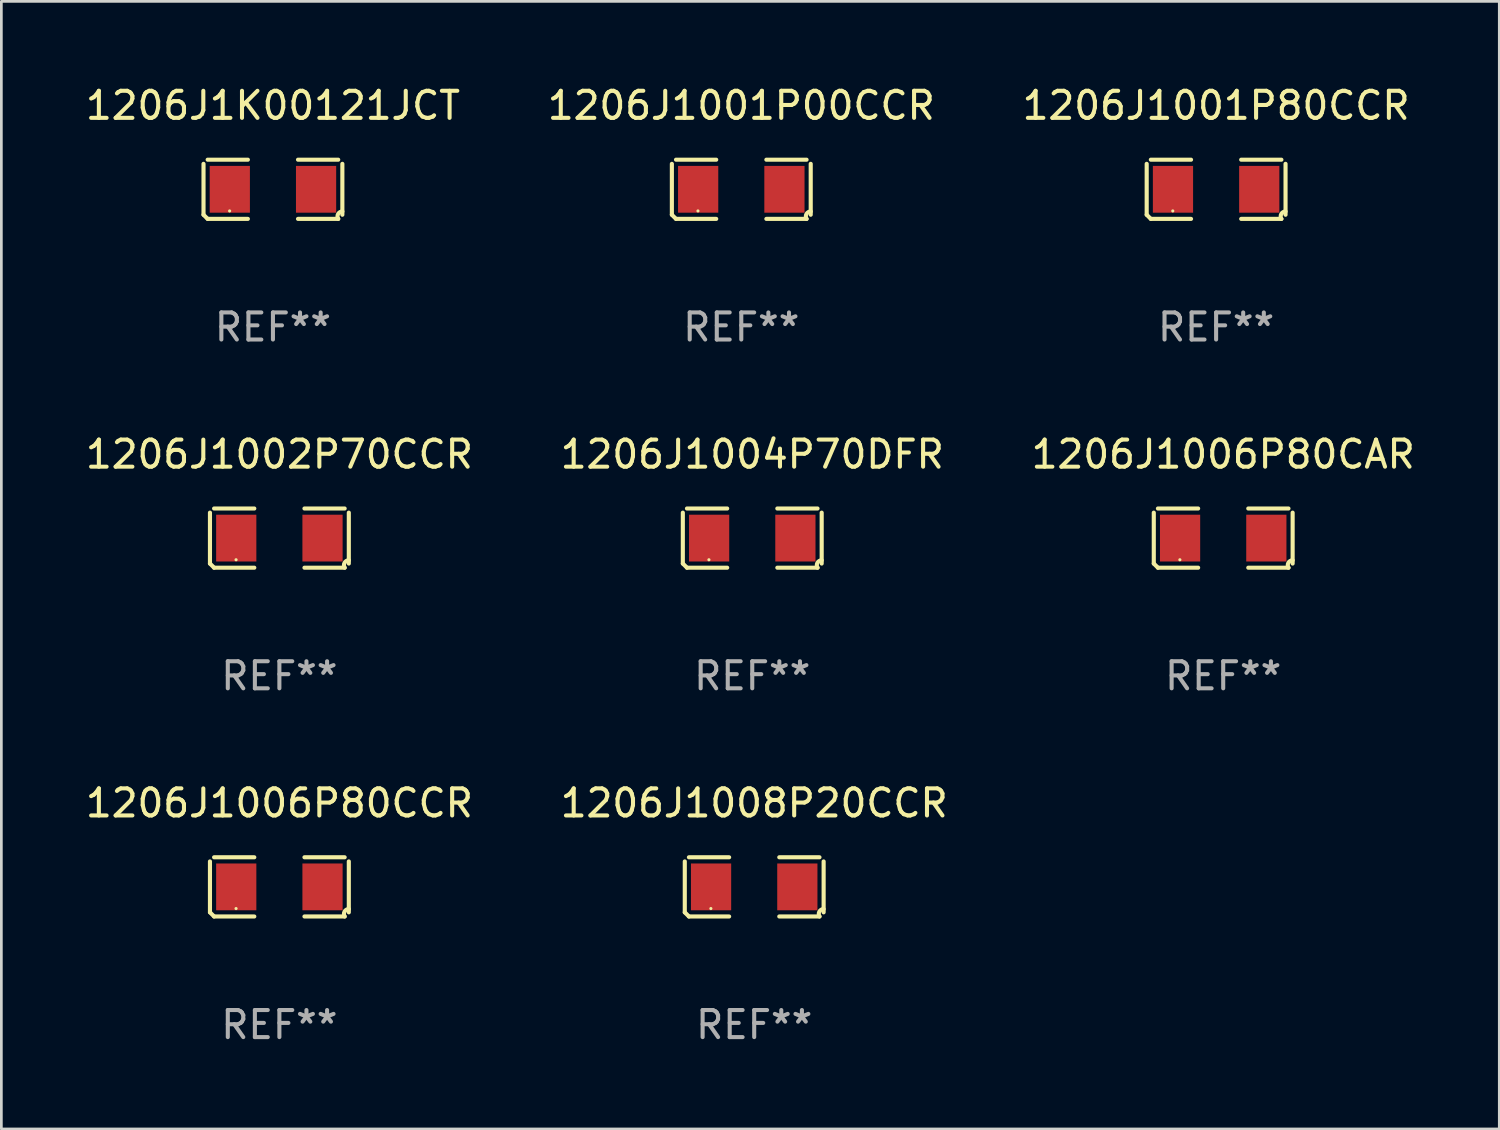
<source format=kicad_pcb>
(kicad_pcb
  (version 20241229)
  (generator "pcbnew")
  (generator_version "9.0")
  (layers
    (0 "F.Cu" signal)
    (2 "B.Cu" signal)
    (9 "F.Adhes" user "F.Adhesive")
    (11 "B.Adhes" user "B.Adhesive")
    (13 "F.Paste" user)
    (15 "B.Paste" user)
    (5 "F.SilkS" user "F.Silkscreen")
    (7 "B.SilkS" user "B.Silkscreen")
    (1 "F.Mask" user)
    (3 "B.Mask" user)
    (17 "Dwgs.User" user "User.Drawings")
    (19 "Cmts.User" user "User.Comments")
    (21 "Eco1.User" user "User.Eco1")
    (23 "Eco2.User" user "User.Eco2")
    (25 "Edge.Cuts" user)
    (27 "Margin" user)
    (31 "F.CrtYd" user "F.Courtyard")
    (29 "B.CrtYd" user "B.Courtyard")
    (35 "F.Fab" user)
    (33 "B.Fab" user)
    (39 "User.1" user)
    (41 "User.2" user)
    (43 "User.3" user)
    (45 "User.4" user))
  (footprint "1206J1008P20CCR"
    (layer "F.Cu")
    (at 24.804 29.704)
    (property "Reference" "1206J1008P20CCR" (at 0 -3.093 0) (layer "F.SilkS") (effects (font (size 1 1) (thickness 0.15))))
    (attr through_hole)
    (fp_line (start -2.564 0.94) (end -2.564 -0.94) (stroke (width 0.152) (type solid)) (layer "F.SilkS"))
    (fp_line (start -2.411 -1.093) (end -0.926 -1.093) (stroke (width 0.152) (type solid)) (layer "F.SilkS"))
    (fp_line (start -0.926 1.093) (end -2.411 1.093) (stroke (width 0.152) (type solid)) (layer "F.SilkS"))
    (fp_line (start 0.926 1.093) (end 2.411 1.093) (stroke (width 0.152) (type solid)) (layer "F.SilkS"))
    (fp_line (start 2.411 -1.093) (end 0.926 -1.093) (stroke (width 0.152) (type solid)) (layer "F.SilkS"))
    (fp_line (start 2.564 0.94) (end 2.564 -0.94) (stroke (width 0.152) (type solid)) (layer "F.SilkS"))
    (fp_arc (start -2.411201 1.092609) (mid -2.487413 1.01642) (end -2.563602 0.940208) (stroke (width 0.1524) (type solid)) (layer "F.SilkS"))
    (fp_arc (start 2.411201 1.092609) (mid 2.407159 0.911226) (end 2.563602 0.819347) (stroke (width 0.1524) (type solid)) (layer "F.SilkS"))
    (fp_circle (center -1.6 0.8) (end -1.57 0.8) (stroke (width 0.06) (type solid)) (fill no) (layer "F.SilkS"))
    (fp_text user "REF**" (at 0 5.093 0) (layer "F.Fab") (effects (font (size 1 1) (thickness 0.15))))
    (pad "1" smd rect (at -1.593 0) (size 1.485 1.728) (layers "F.Cu" "F.Mask" "F.Paste"))
    (pad "2" smd rect (at 1.593 0) (size 1.485 1.728) (layers "F.Cu" "F.Mask" "F.Paste")))
  (footprint "1206J1006P80CCR"
    (layer "F.Cu")
    (at 7.268 29.704)
    (property "Reference" "1206J1006P80CCR" (at 0 -3.093 0) (layer "F.SilkS") (effects (font (size 1 1) (thickness 0.15))))
    (attr through_hole)
    (fp_line (start -2.564 0.94) (end -2.564 -0.94) (stroke (width 0.152) (type solid)) (layer "F.SilkS"))
    (fp_line (start -2.411 -1.093) (end -0.926 -1.093) (stroke (width 0.152) (type solid)) (layer "F.SilkS"))
    (fp_line (start -0.926 1.093) (end -2.411 1.093) (stroke (width 0.152) (type solid)) (layer "F.SilkS"))
    (fp_line (start 0.926 1.093) (end 2.411 1.093) (stroke (width 0.152) (type solid)) (layer "F.SilkS"))
    (fp_line (start 2.411 -1.093) (end 0.926 -1.093) (stroke (width 0.152) (type solid)) (layer "F.SilkS"))
    (fp_line (start 2.564 0.94) (end 2.564 -0.94) (stroke (width 0.152) (type solid)) (layer "F.SilkS"))
    (fp_arc (start -2.411201 1.092609) (mid -2.487413 1.01642) (end -2.563602 0.940208) (stroke (width 0.1524) (type solid)) (layer "F.SilkS"))
    (fp_arc (start 2.411201 1.092609) (mid 2.407159 0.911226) (end 2.563602 0.819347) (stroke (width 0.1524) (type solid)) (layer "F.SilkS"))
    (fp_circle (center -1.6 0.8) (end -1.57 0.8) (stroke (width 0.06) (type solid)) (fill no) (layer "F.SilkS"))
    (fp_text user "REF**" (at 0 5.093 0) (layer "F.Fab") (effects (font (size 1 1) (thickness 0.15))))
    (pad "1" smd rect (at -1.593 0) (size 1.485 1.728) (layers "F.Cu" "F.Mask" "F.Paste"))
    (pad "2" smd rect (at 1.593 0) (size 1.485 1.728) (layers "F.Cu" "F.Mask" "F.Paste")))
  (footprint "1206J1004P70DFR"
    (layer "F.Cu")
    (at 24.732 16.823)
    (property "Reference" "1206J1004P70DFR" (at 0 -3.093 0) (layer "F.SilkS") (effects (font (size 1 1) (thickness 0.15))))
    (attr through_hole)
    (fp_line (start -2.564 0.94) (end -2.564 -0.94) (stroke (width 0.152) (type solid)) (layer "F.SilkS"))
    (fp_line (start -2.411 -1.093) (end -0.926 -1.093) (stroke (width 0.152) (type solid)) (layer "F.SilkS"))
    (fp_line (start -0.926 1.093) (end -2.411 1.093) (stroke (width 0.152) (type solid)) (layer "F.SilkS"))
    (fp_line (start 0.926 1.093) (end 2.411 1.093) (stroke (width 0.152) (type solid)) (layer "F.SilkS"))
    (fp_line (start 2.411 -1.093) (end 0.926 -1.093) (stroke (width 0.152) (type solid)) (layer "F.SilkS"))
    (fp_line (start 2.564 0.94) (end 2.564 -0.94) (stroke (width 0.152) (type solid)) (layer "F.SilkS"))
    (fp_arc (start -2.411201 1.092609) (mid -2.487413 1.01642) (end -2.563602 0.940208) (stroke (width 0.1524) (type solid)) (layer "F.SilkS"))
    (fp_arc (start 2.411201 1.092609) (mid 2.407159 0.911226) (end 2.563602 0.819347) (stroke (width 0.1524) (type solid)) (layer "F.SilkS"))
    (fp_circle (center -1.6 0.8) (end -1.57 0.8) (stroke (width 0.06) (type solid)) (fill no) (layer "F.SilkS"))
    (fp_text user "REF**" (at 0 5.093 0) (layer "F.Fab") (effects (font (size 1 1) (thickness 0.15))))
    (pad "1" smd rect (at -1.593 0) (size 1.485 1.728) (layers "F.Cu" "F.Mask" "F.Paste"))
    (pad "2" smd rect (at 1.593 0) (size 1.485 1.728) (layers "F.Cu" "F.Mask" "F.Paste")))
  (footprint "1206J1006P80CAR"
    (layer "F.Cu")
    (at 42.125 16.823)
    (property "Reference" "1206J1006P80CAR" (at 0 -3.093 0) (layer "F.SilkS") (effects (font (size 1 1) (thickness 0.15))))
    (attr through_hole)
    (fp_line (start -2.564 0.94) (end -2.564 -0.94) (stroke (width 0.152) (type solid)) (layer "F.SilkS"))
    (fp_line (start -2.411 -1.093) (end -0.926 -1.093) (stroke (width 0.152) (type solid)) (layer "F.SilkS"))
    (fp_line (start -0.926 1.093) (end -2.411 1.093) (stroke (width 0.152) (type solid)) (layer "F.SilkS"))
    (fp_line (start 0.926 1.093) (end 2.411 1.093) (stroke (width 0.152) (type solid)) (layer "F.SilkS"))
    (fp_line (start 2.411 -1.093) (end 0.926 -1.093) (stroke (width 0.152) (type solid)) (layer "F.SilkS"))
    (fp_line (start 2.564 0.94) (end 2.564 -0.94) (stroke (width 0.152) (type solid)) (layer "F.SilkS"))
    (fp_arc (start -2.411201 1.092609) (mid -2.487413 1.01642) (end -2.563602 0.940208) (stroke (width 0.1524) (type solid)) (layer "F.SilkS"))
    (fp_arc (start 2.411201 1.092609) (mid 2.407159 0.911226) (end 2.563602 0.819347) (stroke (width 0.1524) (type solid)) (layer "F.SilkS"))
    (fp_circle (center -1.6 0.8) (end -1.57 0.8) (stroke (width 0.06) (type solid)) (fill no) (layer "F.SilkS"))
    (fp_text user "REF**" (at 0 5.093 0) (layer "F.Fab") (effects (font (size 1 1) (thickness 0.15))))
    (pad "1" smd rect (at -1.593 0) (size 1.485 1.728) (layers "F.Cu" "F.Mask" "F.Paste"))
    (pad "2" smd rect (at 1.593 0) (size 1.485 1.728) (layers "F.Cu" "F.Mask" "F.Paste")))
  (footprint "1206J1002P70CCR"
    (layer "F.Cu")
    (at 7.268 16.823)
    (property "Reference" "1206J1002P70CCR" (at 0 -3.093 0) (layer "F.SilkS") (effects (font (size 1 1) (thickness 0.15))))
    (attr through_hole)
    (fp_line (start -2.564 0.94) (end -2.564 -0.94) (stroke (width 0.152) (type solid)) (layer "F.SilkS"))
    (fp_line (start -2.411 -1.093) (end -0.926 -1.093) (stroke (width 0.152) (type solid)) (layer "F.SilkS"))
    (fp_line (start -0.926 1.093) (end -2.411 1.093) (stroke (width 0.152) (type solid)) (layer "F.SilkS"))
    (fp_line (start 0.926 1.093) (end 2.411 1.093) (stroke (width 0.152) (type solid)) (layer "F.SilkS"))
    (fp_line (start 2.411 -1.093) (end 0.926 -1.093) (stroke (width 0.152) (type solid)) (layer "F.SilkS"))
    (fp_line (start 2.564 0.94) (end 2.564 -0.94) (stroke (width 0.152) (type solid)) (layer "F.SilkS"))
    (fp_arc (start -2.411201 1.092609) (mid -2.487413 1.01642) (end -2.563602 0.940208) (stroke (width 0.1524) (type solid)) (layer "F.SilkS"))
    (fp_arc (start 2.411201 1.092609) (mid 2.407159 0.911226) (end 2.563602 0.819347) (stroke (width 0.1524) (type solid)) (layer "F.SilkS"))
    (fp_circle (center -1.6 0.8) (end -1.57 0.8) (stroke (width 0.06) (type solid)) (fill no) (layer "F.SilkS"))
    (fp_text user "REF**" (at 0 5.093 0) (layer "F.Fab") (effects (font (size 1 1) (thickness 0.15))))
    (pad "1" smd rect (at -1.593 0) (size 1.485 1.728) (layers "F.Cu" "F.Mask" "F.Paste"))
    (pad "2" smd rect (at 1.593 0) (size 1.485 1.728) (layers "F.Cu" "F.Mask" "F.Paste")))
  (footprint "1206J1K00121JCT"
    (layer "F.Cu")
    (at 7.03 3.941)
    (property "Reference" "1206J1K00121JCT" (at 0 -3.093 0) (layer "F.SilkS") (effects (font (size 1 1) (thickness 0.15))))
    (attr through_hole)
    (fp_line (start -2.564 0.94) (end -2.564 -0.94) (stroke (width 0.152) (type solid)) (layer "F.SilkS"))
    (fp_line (start -2.411 -1.093) (end -0.926 -1.093) (stroke (width 0.152) (type solid)) (layer "F.SilkS"))
    (fp_line (start -0.926 1.093) (end -2.411 1.093) (stroke (width 0.152) (type solid)) (layer "F.SilkS"))
    (fp_line (start 0.926 1.093) (end 2.411 1.093) (stroke (width 0.152) (type solid)) (layer "F.SilkS"))
    (fp_line (start 2.411 -1.093) (end 0.926 -1.093) (stroke (width 0.152) (type solid)) (layer "F.SilkS"))
    (fp_line (start 2.564 0.94) (end 2.564 -0.94) (stroke (width 0.152) (type solid)) (layer "F.SilkS"))
    (fp_arc (start -2.411201 1.092609) (mid -2.487413 1.01642) (end -2.563602 0.940208) (stroke (width 0.1524) (type solid)) (layer "F.SilkS"))
    (fp_arc (start 2.411201 1.092609) (mid 2.407159 0.911226) (end 2.563602 0.819347) (stroke (width 0.1524) (type solid)) (layer "F.SilkS"))
    (fp_circle (center -1.6 0.8) (end -1.57 0.8) (stroke (width 0.06) (type solid)) (fill no) (layer "F.SilkS"))
    (fp_text user "REF**" (at 0 5.093 0) (layer "F.Fab") (effects (font (size 1 1) (thickness 0.15))))
    (pad "1" smd rect (at -1.593 0) (size 1.485 1.728) (layers "F.Cu" "F.Mask" "F.Paste"))
    (pad "2" smd rect (at 1.593 0) (size 1.485 1.728) (layers "F.Cu" "F.Mask" "F.Paste")))
  (footprint "1206J1001P00CCR"
    (layer "F.Cu")
    (at 24.327 3.941)
    (property "Reference" "1206J1001P00CCR" (at 0 -3.093 0) (layer "F.SilkS") (effects (font (size 1 1) (thickness 0.15))))
    (attr through_hole)
    (fp_line (start -2.564 0.94) (end -2.564 -0.94) (stroke (width 0.152) (type solid)) (layer "F.SilkS"))
    (fp_line (start -2.411 -1.093) (end -0.926 -1.093) (stroke (width 0.152) (type solid)) (layer "F.SilkS"))
    (fp_line (start -0.926 1.093) (end -2.411 1.093) (stroke (width 0.152) (type solid)) (layer "F.SilkS"))
    (fp_line (start 0.926 1.093) (end 2.411 1.093) (stroke (width 0.152) (type solid)) (layer "F.SilkS"))
    (fp_line (start 2.411 -1.093) (end 0.926 -1.093) (stroke (width 0.152) (type solid)) (layer "F.SilkS"))
    (fp_line (start 2.564 0.94) (end 2.564 -0.94) (stroke (width 0.152) (type solid)) (layer "F.SilkS"))
    (fp_arc (start -2.411201 1.092609) (mid -2.487413 1.01642) (end -2.563602 0.940208) (stroke (width 0.1524) (type solid)) (layer "F.SilkS"))
    (fp_arc (start 2.411201 1.092609) (mid 2.407159 0.911226) (end 2.563602 0.819347) (stroke (width 0.1524) (type solid)) (layer "F.SilkS"))
    (fp_circle (center -1.6 0.8) (end -1.57 0.8) (stroke (width 0.06) (type solid)) (fill no) (layer "F.SilkS"))
    (fp_text user "REF**" (at 0 5.093 0) (layer "F.Fab") (effects (font (size 1 1) (thickness 0.15))))
    (pad "1" smd rect (at -1.593 0) (size 1.485 1.728) (layers "F.Cu" "F.Mask" "F.Paste"))
    (pad "2" smd rect (at 1.593 0) (size 1.485 1.728) (layers "F.Cu" "F.Mask" "F.Paste")))
  (footprint "1206J1001P80CCR"
    (layer "F.Cu")
    (at 41.863 3.941)
    (property "Reference" "1206J1001P80CCR" (at 0 -3.093 0) (layer "F.SilkS") (effects (font (size 1 1) (thickness 0.15))))
    (attr through_hole)
    (fp_line (start -2.564 0.94) (end -2.564 -0.94) (stroke (width 0.152) (type solid)) (layer "F.SilkS"))
    (fp_line (start -2.411 -1.093) (end -0.926 -1.093) (stroke (width 0.152) (type solid)) (layer "F.SilkS"))
    (fp_line (start -0.926 1.093) (end -2.411 1.093) (stroke (width 0.152) (type solid)) (layer "F.SilkS"))
    (fp_line (start 0.926 1.093) (end 2.411 1.093) (stroke (width 0.152) (type solid)) (layer "F.SilkS"))
    (fp_line (start 2.411 -1.093) (end 0.926 -1.093) (stroke (width 0.152) (type solid)) (layer "F.SilkS"))
    (fp_line (start 2.564 0.94) (end 2.564 -0.94) (stroke (width 0.152) (type solid)) (layer "F.SilkS"))
    (fp_arc (start -2.411201 1.092609) (mid -2.487413 1.01642) (end -2.563602 0.940208) (stroke (width 0.1524) (type solid)) (layer "F.SilkS"))
    (fp_arc (start 2.411201 1.092609) (mid 2.407159 0.911226) (end 2.563602 0.819347) (stroke (width 0.1524) (type solid)) (layer "F.SilkS"))
    (fp_circle (center -1.6 0.8) (end -1.57 0.8) (stroke (width 0.06) (type solid)) (fill no) (layer "F.SilkS"))
    (fp_text user "REF**" (at 0 5.093 0) (layer "F.Fab") (effects (font (size 1 1) (thickness 0.15))))
    (pad "1" smd rect (at -1.593 0) (size 1.485 1.728) (layers "F.Cu" "F.Mask" "F.Paste"))
    (pad "2" smd rect (at 1.593 0) (size 1.485 1.728) (layers "F.Cu" "F.Mask" "F.Paste")))
  (gr_rect
    (start -3 -3)
    (end 52.321 38.645)
    (stroke (width 0.1) (type default))
    (fill no)
    (layer "Edge.Cuts")))
</source>
